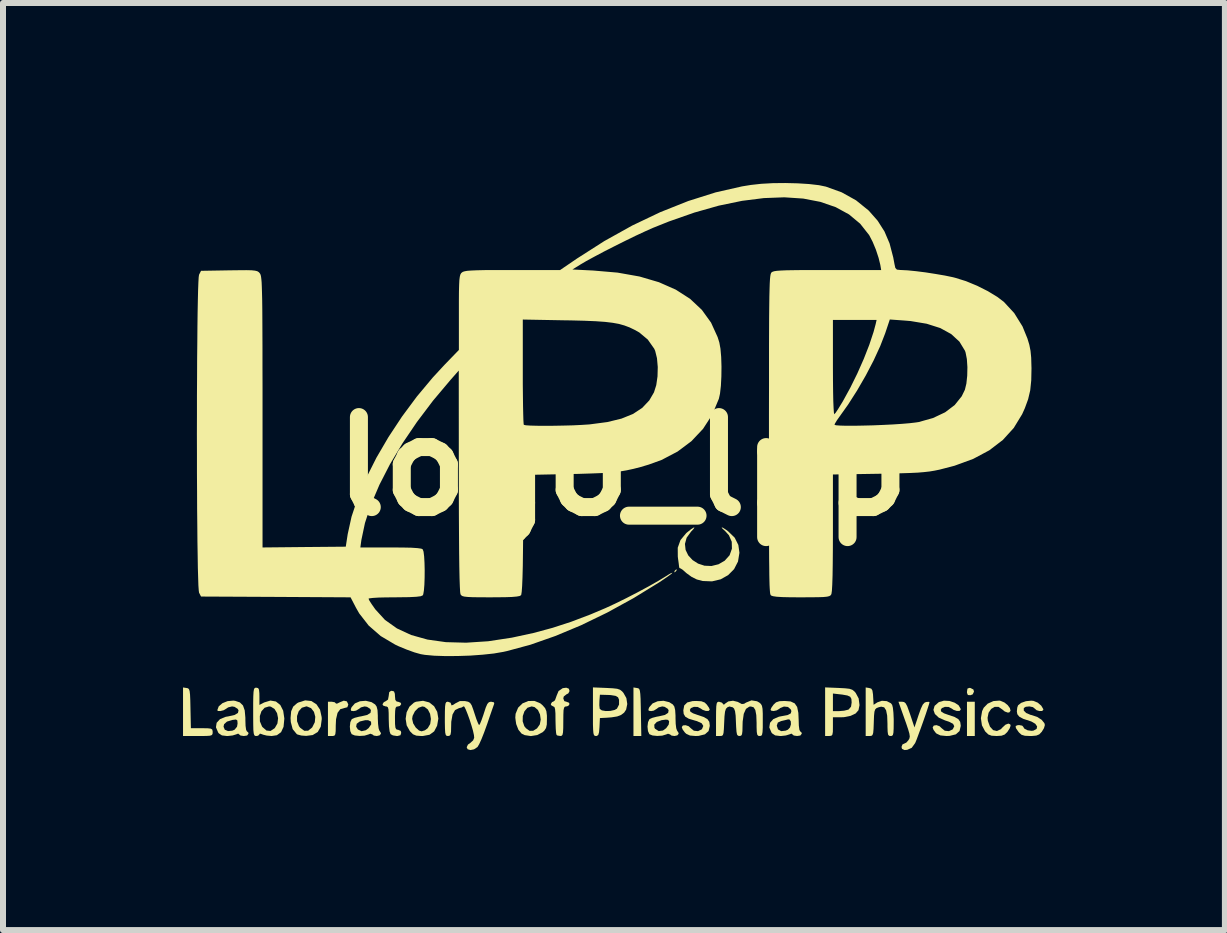
<source format=kicad_pcb>
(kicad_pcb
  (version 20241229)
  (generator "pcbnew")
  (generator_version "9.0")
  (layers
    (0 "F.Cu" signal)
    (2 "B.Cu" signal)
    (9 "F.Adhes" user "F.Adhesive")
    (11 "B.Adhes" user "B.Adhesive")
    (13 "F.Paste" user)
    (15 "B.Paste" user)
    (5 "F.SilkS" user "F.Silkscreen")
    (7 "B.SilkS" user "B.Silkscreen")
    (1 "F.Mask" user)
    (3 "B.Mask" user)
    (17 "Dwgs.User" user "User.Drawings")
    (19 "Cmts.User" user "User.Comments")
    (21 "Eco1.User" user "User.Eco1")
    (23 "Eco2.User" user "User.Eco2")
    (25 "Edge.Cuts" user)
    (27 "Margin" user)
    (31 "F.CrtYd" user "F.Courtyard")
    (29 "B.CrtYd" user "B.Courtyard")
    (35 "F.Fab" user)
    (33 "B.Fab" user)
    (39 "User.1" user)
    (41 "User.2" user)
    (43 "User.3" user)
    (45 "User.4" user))
  (footprint "logo_lpp"
    (layer "F.Cu")
    (at 7.324 4.722)
    (property "Reference" "logo_lpp" (at 0 0 0) (layer "F.SilkS") (effects (font (size 1.5 1.5) (thickness 0.3))))
    (attr board_only exclude_from_pos_files exclude_from_bom)
    (fp_poly (pts (xy 0.901 1.731) (xy 0.896 1.74) (xy 0.872 1.765) (xy 0.867 1.766) (xy 0.865 1.749) (xy 0.87 1.74) (xy 0.895 1.715) (xy 0.899 1.714)) (stroke (width 0) (type solid)) (fill yes) (layer "F.SilkS"))
    (fp_poly (pts (xy 5.87 4.207) (xy 5.87 4.493) (xy 5.805 4.493) (xy 5.74 4.493) (xy 5.74 4.207) (xy 5.74 3.922) (xy 5.805 3.922) (xy 5.87 3.922)) (stroke (width 0) (type solid)) (fill yes) (layer "F.SilkS"))
    (fp_poly (pts (xy 5.798 3.693) (xy 5.847 3.718) (xy 5.857 3.753) (xy 5.835 3.799) (xy 5.798 3.813) (xy 5.755 3.81) (xy 5.74 3.774) (xy 5.74 3.753) (xy 5.748 3.703) (xy 5.78 3.691)) (stroke (width 0) (type solid)) (fill yes) (layer "F.SilkS"))
    (fp_poly (pts (xy 0.24 3.693) (xy 0.263 3.698) (xy 0.278 3.71) (xy 0.289 3.739) (xy 0.296 3.791) (xy 0.301 3.874) (xy 0.304 3.996) (xy 0.306 4.097) (xy 0.313 4.493) (xy 0.247 4.493) (xy 0.182 4.493) (xy 0.182 4.089) (xy 0.182 3.684)) (stroke (width 0) (type solid)) (fill yes) (layer "F.SilkS"))
    (fp_poly (pts (xy -7.265 3.693) (xy -7.241 3.698) (xy -7.225 3.713) (xy -7.214 3.745) (xy -7.207 3.804) (xy -7.203 3.897) (xy -7.2 4.032) (xy -7.193 4.363) (xy -7.011 4.363) (xy -6.917 4.364) (xy -6.863 4.37) (xy -6.838 4.384) (xy -6.831 4.411) (xy -6.83 4.428) (xy -6.832 4.458) (xy -6.844 4.477) (xy -6.875 4.488) (xy -6.936 4.492) (xy -7.035 4.493) (xy -7.077 4.493) (xy -7.324 4.493) (xy -7.324 4.089) (xy -7.324 3.684)) (stroke (width 0) (type solid)) (fill yes) (layer "F.SilkS"))
    (fp_poly (pts (xy -4.594 3.916) (xy -4.571 3.964) (xy -4.571 3.973) (xy -4.586 4.014) (xy -4.634 4.026) (xy -4.703 4.046) (xy -4.749 4.107) (xy -4.774 4.213) (xy -4.779 4.317) (xy -4.78 4.41) (xy -4.786 4.463) (xy -4.801 4.487) (xy -4.829 4.493) (xy -4.844 4.493) (xy -4.909 4.493) (xy -4.909 4.207) (xy -4.909 3.922) (xy -4.844 3.922) (xy -4.795 3.931) (xy -4.779 3.948) (xy -4.761 3.955) (xy -4.717 3.934) (xy -4.714 3.932) (xy -4.645 3.904)) (stroke (width 0) (type solid)) (fill yes) (layer "F.SilkS"))
    (fp_poly (pts (xy -3.221 3.933) (xy -3.14 3.997) (xy -3.088 4.09) (xy -3.069 4.203) (xy -3.09 4.322) (xy -3.139 4.416) (xy -3.216 4.472) (xy -3.328 4.493) (xy -3.354 4.493) (xy -3.436 4.487) (xy -3.492 4.464) (xy -3.543 4.413) (xy -3.597 4.316) (xy -3.614 4.207) (xy -3.506 4.207) (xy -3.489 4.282) (xy -3.446 4.352) (xy -3.391 4.402) (xy -3.348 4.415) (xy -3.293 4.398) (xy -3.246 4.363) (xy -3.205 4.293) (xy -3.193 4.209) (xy -3.207 4.123) (xy -3.244 4.051) (xy -3.3 4.007) (xy -3.337 4) (xy -3.402 4.023) (xy -3.46 4.081) (xy -3.498 4.157) (xy -3.506 4.207) (xy -3.614 4.207) (xy -3.614 4.206) (xy -3.598 4.098) (xy -3.551 4.004) (xy -3.476 3.937) (xy -3.442 3.922) (xy -3.324 3.906)) (stroke (width 0) (type solid)) (fill yes) (layer "F.SilkS"))
    (fp_poly (pts (xy -5.186 3.91) (xy -5.101 3.964) (xy -5.041 4.054) (xy -5.014 4.177) (xy -5.012 4.21) (xy -5.029 4.338) (xy -5.079 4.426) (xy -5.163 4.477) (xy -5.272 4.491) (xy -5.353 4.485) (xy -5.416 4.468) (xy -5.43 4.46) (xy -5.497 4.378) (xy -5.528 4.261) (xy -5.532 4.194) (xy -5.529 4.16) (xy -5.424 4.16) (xy -5.424 4.247) (xy -5.392 4.329) (xy -5.372 4.355) (xy -5.303 4.406) (xy -5.239 4.405) (xy -5.175 4.353) (xy -5.17 4.347) (xy -5.128 4.263) (xy -5.12 4.173) (xy -5.142 4.091) (xy -5.19 4.029) (xy -5.26 4) (xy -5.272 4) (xy -5.344 4.022) (xy -5.396 4.08) (xy -5.424 4.16) (xy -5.529 4.16) (xy -5.522 4.081) (xy -5.488 4.003) (xy -5.424 3.947) (xy -5.403 3.935) (xy -5.288 3.899)) (stroke (width 0) (type solid)) (fill yes) (layer "F.SilkS"))
    (fp_poly (pts (xy 4.692 3.927) (xy 4.719 3.95) (xy 4.745 3.999) (xy 4.776 4.085) (xy 4.794 4.136) (xy 4.865 4.35) (xy 4.934 4.142) (xy 4.972 4.036) (xy 5.003 3.97) (xy 5.033 3.937) (xy 5.06 3.926) (xy 5.104 3.923) (xy 5.116 3.928) (xy 5.108 3.961) (xy 5.085 4.032) (xy 5.053 4.129) (xy 5.014 4.241) (xy 4.973 4.356) (xy 4.934 4.462) (xy 4.902 4.549) (xy 4.879 4.605) (xy 4.874 4.614) (xy 4.819 4.69) (xy 4.745 4.723) (xy 4.699 4.727) (xy 4.657 4.707) (xy 4.649 4.675) (xy 4.665 4.633) (xy 4.687 4.623) (xy 4.729 4.603) (xy 4.765 4.562) (xy 4.781 4.533) (xy 4.787 4.5) (xy 4.78 4.453) (xy 4.76 4.383) (xy 4.725 4.279) (xy 4.701 4.212) (xy 4.598 3.922) (xy 4.66 3.922)) (stroke (width 0) (type solid)) (fill yes) (layer "F.SilkS"))
    (fp_poly (pts (xy -1.371 3.948) (xy -1.332 3.981) (xy -1.29 4.029) (xy -1.269 4.08) (xy -1.26 4.154) (xy -1.26 4.21) (xy -1.262 4.302) (xy -1.275 4.36) (xy -1.302 4.402) (xy -1.332 4.43) (xy -1.421 4.477) (xy -1.528 4.494) (xy -1.631 4.478) (xy -1.682 4.453) (xy -1.735 4.389) (xy -1.772 4.294) (xy -1.779 4.248) (xy -1.664 4.248) (xy -1.637 4.329) (xy -1.61 4.363) (xy -1.549 4.407) (xy -1.489 4.406) (xy -1.425 4.366) (xy -1.379 4.301) (xy -1.363 4.219) (xy -1.375 4.134) (xy -1.41 4.059) (xy -1.466 4.011) (xy -1.515 4) (xy -1.584 4.022) (xy -1.634 4.08) (xy -1.662 4.16) (xy -1.664 4.248) (xy -1.779 4.248) (xy -1.787 4.188) (xy -1.782 4.123) (xy -1.74 4.021) (xy -1.666 3.949) (xy -1.571 3.91) (xy -1.469 3.908)) (stroke (width 0) (type solid)) (fill yes) (layer "F.SilkS"))
    (fp_poly (pts (xy 3.599 3.692) (xy 3.709 3.698) (xy 3.781 3.706) (xy 3.828 3.722) (xy 3.863 3.749) (xy 3.885 3.774) (xy 3.935 3.867) (xy 3.949 3.978) (xy 3.932 4.063) (xy 3.885 4.117) (xy 3.801 4.157) (xy 3.69 4.179) (xy 3.637 4.181) (xy 3.506 4.181) (xy 3.506 4.337) (xy 3.505 4.424) (xy 3.497 4.47) (xy 3.479 4.489) (xy 3.443 4.493) (xy 3.441 4.493) (xy 3.376 4.493) (xy 3.376 4.088) (xy 3.376 3.931) (xy 3.506 3.931) (xy 3.506 4.078) (xy 3.612 4.078) (xy 3.693 4.071) (xy 3.758 4.055) (xy 3.768 4.051) (xy 3.808 4.004) (xy 3.818 3.935) (xy 3.814 3.875) (xy 3.794 3.839) (xy 3.748 3.818) (xy 3.664 3.803) (xy 3.637 3.8) (xy 3.506 3.785) (xy 3.506 3.931) (xy 3.376 3.931) (xy 3.376 3.683)) (stroke (width 0) (type solid)) (fill yes) (layer "F.SilkS"))
    (fp_poly (pts (xy 6.3 3.907) (xy 6.365 3.935) (xy 6.419 3.979) (xy 6.455 4.028) (xy 6.466 4.072) (xy 6.446 4.099) (xy 6.421 4.103) (xy 6.37 4.085) (xy 6.33 4.052) (xy 6.267 4.008) (xy 6.202 4.007) (xy 6.143 4.042) (xy 6.1 4.105) (xy 6.083 4.189) (xy 6.088 4.241) (xy 6.123 4.337) (xy 6.176 4.395) (xy 6.239 4.41) (xy 6.305 4.379) (xy 6.332 4.35) (xy 6.382 4.304) (xy 6.43 4.286) (xy 6.461 4.299) (xy 6.467 4.321) (xy 6.452 4.364) (xy 6.415 4.422) (xy 6.413 4.425) (xy 6.369 4.468) (xy 6.315 4.488) (xy 6.234 4.493) (xy 6.15 4.488) (xy 6.095 4.467) (xy 6.046 4.419) (xy 6.041 4.413) (xy 5.989 4.315) (xy 5.972 4.197) (xy 5.992 4.079) (xy 6.018 4.023) (xy 6.085 3.954) (xy 6.18 3.911) (xy 6.279 3.903)) (stroke (width 0) (type solid)) (fill yes) (layer "F.SilkS"))
    (fp_poly (pts (xy -0.894 3.705) (xy -0.883 3.744) (xy -0.904 3.783) (xy -0.935 3.799) (xy -0.979 3.834) (xy -0.987 3.867) (xy -0.97 3.912) (xy -0.935 3.922) (xy -0.893 3.938) (xy -0.883 3.961) (xy -0.905 3.992) (xy -0.935 4) (xy -0.959 4.003) (xy -0.974 4.021) (xy -0.983 4.062) (xy -0.986 4.136) (xy -0.987 4.246) (xy -0.988 4.361) (xy -0.992 4.434) (xy -1.001 4.474) (xy -1.017 4.49) (xy -1.035 4.493) (xy -1.084 4.485) (xy -1.099 4.476) (xy -1.107 4.444) (xy -1.113 4.372) (xy -1.116 4.275) (xy -1.117 4.229) (xy -1.118 4.116) (xy -1.124 4.046) (xy -1.135 4.01) (xy -1.154 4) (xy -1.156 4) (xy -1.19 3.979) (xy -1.195 3.961) (xy -1.174 3.926) (xy -1.157 3.922) (xy -1.126 3.898) (xy -1.103 3.835) (xy -1.102 3.83) (xy -1.066 3.743) (xy -0.997 3.696) (xy -0.937 3.688)) (stroke (width 0) (type solid)) (fill yes) (layer "F.SilkS"))
    (fp_poly (pts (xy 4.11 3.693) (xy 4.145 3.704) (xy 4.164 3.735) (xy 4.174 3.799) (xy 4.176 3.837) (xy 4.184 3.973) (xy 4.247 3.932) (xy 4.322 3.906) (xy 4.404 3.912) (xy 4.472 3.947) (xy 4.493 3.974) (xy 4.505 4.021) (xy 4.514 4.104) (xy 4.519 4.21) (xy 4.519 4.258) (xy 4.518 4.369) (xy 4.514 4.439) (xy 4.505 4.476) (xy 4.488 4.491) (xy 4.467 4.493) (xy 4.441 4.489) (xy 4.425 4.468) (xy 4.418 4.421) (xy 4.415 4.338) (xy 4.415 4.29) (xy 4.41 4.154) (xy 4.392 4.064) (xy 4.36 4.015) (xy 4.31 4.004) (xy 4.268 4.014) (xy 4.233 4.028) (xy 4.211 4.049) (xy 4.198 4.087) (xy 4.191 4.155) (xy 4.187 4.262) (xy 4.187 4.266) (xy 4.183 4.375) (xy 4.177 4.442) (xy 4.165 4.477) (xy 4.146 4.491) (xy 4.115 4.493) (xy 4.052 4.493) (xy 4.052 4.089) (xy 4.052 3.684)) (stroke (width 0) (type solid)) (fill yes) (layer "F.SilkS"))
    (fp_poly (pts (xy -3.808 3.75) (xy -3.794 3.79) (xy -3.792 3.831) (xy -3.786 3.893) (xy -3.763 3.919) (xy -3.74 3.922) (xy -3.698 3.938) (xy -3.688 3.961) (xy -3.71 3.992) (xy -3.74 4) (xy -3.766 4.004) (xy -3.782 4.025) (xy -3.789 4.073) (xy -3.792 4.159) (xy -3.792 4.194) (xy -3.791 4.294) (xy -3.785 4.352) (xy -3.772 4.38) (xy -3.749 4.389) (xy -3.74 4.389) (xy -3.696 4.408) (xy -3.688 4.441) (xy -3.701 4.48) (xy -3.75 4.493) (xy -3.761 4.493) (xy -3.826 4.483) (xy -3.865 4.462) (xy -3.881 4.418) (xy -3.892 4.331) (xy -3.896 4.215) (xy -3.897 4.109) (xy -3.901 4.045) (xy -3.912 4.012) (xy -3.932 4.001) (xy -3.948 4) (xy -3.99 3.985) (xy -4 3.964) (xy -3.978 3.929) (xy -3.948 3.914) (xy -3.908 3.886) (xy -3.896 3.823) (xy -3.896 3.82) (xy -3.888 3.762) (xy -3.859 3.741) (xy -3.844 3.74)) (stroke (width 0) (type solid)) (fill yes) (layer "F.SilkS"))
    (fp_poly (pts (xy -0.27 3.692) (xy -0.16 3.698) (xy -0.089 3.706) (xy -0.042 3.722) (xy -0.007 3.749) (xy 0.015 3.774) (xy 0.064 3.861) (xy 0.079 3.96) (xy 0.06 4.053) (xy 0.027 4.103) (xy -0.024 4.142) (xy -0.089 4.167) (xy -0.183 4.182) (xy -0.26 4.188) (xy -0.377 4.194) (xy -0.384 4.344) (xy -0.391 4.429) (xy -0.404 4.474) (xy -0.426 4.491) (xy -0.443 4.493) (xy -0.462 4.49) (xy -0.476 4.477) (xy -0.485 4.446) (xy -0.49 4.389) (xy -0.493 4.299) (xy -0.493 4.168) (xy -0.493 4.088) (xy -0.493 3.98) (xy -0.387 3.98) (xy -0.381 4.035) (xy -0.379 4.041) (xy -0.345 4.066) (xy -0.28 4.077) (xy -0.203 4.075) (xy -0.132 4.059) (xy -0.093 4.037) (xy -0.058 3.969) (xy -0.058 3.889) (xy -0.075 3.848) (xy -0.116 3.824) (xy -0.197 3.811) (xy -0.237 3.809) (xy -0.377 3.805) (xy -0.385 3.905) (xy -0.387 3.98) (xy -0.493 3.98) (xy -0.493 3.683)) (stroke (width 0) (type solid)) (fill yes) (layer "F.SilkS"))
    (fp_poly (pts (xy 5.447 3.909) (xy 5.533 3.937) (xy 5.601 3.982) (xy 5.634 4.039) (xy 5.636 4.054) (xy 5.616 4.075) (xy 5.569 4.075) (xy 5.516 4.057) (xy 5.488 4.037) (xy 5.434 4.009) (xy 5.372 4.007) (xy 5.321 4.028) (xy 5.303 4.057) (xy 5.312 4.088) (xy 5.357 4.115) (xy 5.43 4.141) (xy 5.534 4.176) (xy 5.596 4.212) (xy 5.627 4.257) (xy 5.636 4.32) (xy 5.636 4.326) (xy 5.616 4.41) (xy 5.555 4.465) (xy 5.451 4.491) (xy 5.396 4.493) (xy 5.297 4.483) (xy 5.232 4.452) (xy 5.22 4.441) (xy 5.182 4.39) (xy 5.168 4.35) (xy 5.187 4.319) (xy 5.232 4.312) (xy 5.283 4.33) (xy 5.318 4.363) (xy 5.37 4.405) (xy 5.439 4.412) (xy 5.499 4.384) (xy 5.505 4.377) (xy 5.528 4.33) (xy 5.508 4.29) (xy 5.441 4.255) (xy 5.374 4.233) (xy 5.27 4.187) (xy 5.205 4.126) (xy 5.181 4.058) (xy 5.2 3.991) (xy 5.266 3.932) (xy 5.275 3.927) (xy 5.356 3.904)) (stroke (width 0) (type solid)) (fill yes) (layer "F.SilkS"))
    (fp_poly (pts (xy 1.314 3.914) (xy 1.369 3.935) (xy 1.405 3.97) (xy 1.44 4.021) (xy 1.454 4.054) (xy 1.434 4.075) (xy 1.388 4.075) (xy 1.335 4.057) (xy 1.306 4.037) (xy 1.253 4.009) (xy 1.19 4.007) (xy 1.139 4.028) (xy 1.122 4.057) (xy 1.131 4.088) (xy 1.175 4.115) (xy 1.248 4.141) (xy 1.352 4.176) (xy 1.415 4.212) (xy 1.446 4.257) (xy 1.454 4.32) (xy 1.454 4.326) (xy 1.434 4.411) (xy 1.373 4.465) (xy 1.269 4.491) (xy 1.216 4.493) (xy 1.124 4.485) (xy 1.063 4.457) (xy 1.04 4.436) (xy 1.002 4.385) (xy 0.987 4.345) (xy 1.006 4.317) (xy 1.051 4.313) (xy 1.102 4.33) (xy 1.137 4.363) (xy 1.189 4.405) (xy 1.258 4.412) (xy 1.318 4.383) (xy 1.324 4.377) (xy 1.346 4.325) (xy 1.319 4.281) (xy 1.24 4.245) (xy 1.204 4.235) (xy 1.104 4.205) (xy 1.046 4.171) (xy 1.019 4.125) (xy 1.013 4.065) (xy 1.028 3.984) (xy 1.078 3.934) (xy 1.168 3.911) (xy 1.227 3.909)) (stroke (width 0) (type solid)) (fill yes) (layer "F.SilkS"))
    (fp_poly (pts (xy 1.676 1.024) (xy 1.731 1.06) (xy 1.759 1.081) (xy 1.869 1.188) (xy 1.93 1.31) (xy 1.948 1.439) (xy 1.924 1.586) (xy 1.859 1.712) (xy 1.76 1.812) (xy 1.635 1.882) (xy 1.491 1.916) (xy 1.336 1.91) (xy 1.237 1.884) (xy 1.151 1.841) (xy 1.068 1.781) (xy 1.053 1.768) (xy 1.001 1.722) (xy 0.965 1.699) (xy 0.958 1.699) (xy 0.946 1.689) (xy 0.942 1.667) (xy 0.936 1.616) (xy 0.925 1.537) (xy 0.921 1.503) (xy 0.92 1.355) (xy 0.966 1.227) (xy 1.06 1.114) (xy 1.071 1.104) (xy 1.142 1.047) (xy 1.186 1.019) (xy 1.199 1.019) (xy 1.178 1.049) (xy 1.142 1.087) (xy 1.068 1.189) (xy 1.04 1.292) (xy 1.051 1.392) (xy 1.095 1.483) (xy 1.167 1.561) (xy 1.259 1.62) (xy 1.366 1.655) (xy 1.482 1.66) (xy 1.6 1.631) (xy 1.702 1.572) (xy 1.784 1.481) (xy 1.823 1.371) (xy 1.82 1.256) (xy 1.773 1.148) (xy 1.711 1.079) (xy 1.662 1.034) (xy 1.651 1.015)) (stroke (width 0) (type solid)) (fill yes) (layer "F.SilkS"))
    (fp_poly (pts (xy -6.073 3.694) (xy -6.058 3.721) (xy -6.052 3.78) (xy -6.051 3.831) (xy -6.051 3.975) (xy -5.972 3.934) (xy -5.867 3.902) (xy -5.776 3.918) (xy -5.703 3.976) (xy -5.655 4.071) (xy -5.636 4.199) (xy -5.636 4.207) (xy -5.649 4.34) (xy -5.69 4.429) (xy -5.76 4.48) (xy -5.847 4.493) (xy -5.928 4.486) (xy -5.993 4.47) (xy -6.001 4.466) (xy -6.042 4.453) (xy -6.051 4.466) (xy -6.073 4.488) (xy -6.103 4.493) (xy -6.123 4.491) (xy -6.137 4.478) (xy -6.146 4.448) (xy -6.152 4.393) (xy -6.154 4.304) (xy -6.155 4.176) (xy -6.155 4.16) (xy -6.044 4.16) (xy -6.043 4.249) (xy -6.008 4.333) (xy -6 4.344) (xy -5.933 4.402) (xy -5.866 4.409) (xy -5.797 4.363) (xy -5.793 4.358) (xy -5.751 4.284) (xy -5.74 4.197) (xy -5.757 4.112) (xy -5.799 4.043) (xy -5.86 4.004) (xy -5.891 4) (xy -5.964 4.022) (xy -6.017 4.08) (xy -6.044 4.16) (xy -6.155 4.16) (xy -6.155 4.09) (xy -6.155 3.938) (xy -6.153 3.83) (xy -6.149 3.758) (xy -6.142 3.716) (xy -6.131 3.695) (xy -6.114 3.688) (xy -6.103 3.688)) (stroke (width 0) (type solid)) (fill yes) (layer "F.SilkS"))
    (fp_poly (pts (xy 6.849 3.908) (xy 6.919 3.937) (xy 6.978 3.988) (xy 7.011 4.044) (xy 7.012 4.057) (xy 6.992 4.076) (xy 6.947 4.077) (xy 6.9 4.063) (xy 6.873 4.039) (xy 6.839 4.012) (xy 6.78 4) (xy 6.72 4.006) (xy 6.687 4.027) (xy 6.686 4.069) (xy 6.727 4.11) (xy 6.798 4.14) (xy 6.82 4.145) (xy 6.91 4.175) (xy 6.984 4.223) (xy 7.03 4.279) (xy 7.038 4.31) (xy 7.023 4.362) (xy 6.986 4.423) (xy 6.984 4.425) (xy 6.944 4.466) (xy 6.895 4.486) (xy 6.819 4.493) (xy 6.792 4.493) (xy 6.705 4.489) (xy 6.65 4.473) (xy 6.61 4.438) (xy 6.599 4.425) (xy 6.555 4.361) (xy 6.551 4.326) (xy 6.587 4.312) (xy 6.61 4.311) (xy 6.659 4.32) (xy 6.675 4.336) (xy 6.697 4.371) (xy 6.751 4.398) (xy 6.817 4.407) (xy 6.848 4.403) (xy 6.9 4.375) (xy 6.909 4.334) (xy 6.878 4.289) (xy 6.812 4.251) (xy 6.788 4.243) (xy 6.678 4.207) (xy 6.612 4.171) (xy 6.579 4.13) (xy 6.571 4.083) (xy 6.578 4.019) (xy 6.591 3.982) (xy 6.642 3.941) (xy 6.722 3.913) (xy 6.811 3.904)) (stroke (width 0) (type solid)) (fill yes) (layer "F.SilkS"))
    (fp_poly (pts (xy -6.455 3.907) (xy -6.377 3.933) (xy -6.325 3.984) (xy -6.296 4.066) (xy -6.285 4.189) (xy -6.285 4.226) (xy -6.282 4.322) (xy -6.273 4.389) (xy -6.26 4.415) (xy -6.259 4.415) (xy -6.236 4.436) (xy -6.233 4.454) (xy -6.256 4.485) (xy -6.311 4.493) (xy -6.366 4.485) (xy -6.389 4.466) (xy -6.389 4.466) (xy -6.405 4.453) (xy -6.439 4.466) (xy -6.498 4.484) (xy -6.578 4.493) (xy -6.594 4.493) (xy -6.676 4.483) (xy -6.727 4.449) (xy -6.738 4.435) (xy -6.775 4.349) (xy -6.774 4.338) (xy -6.649 4.338) (xy -6.628 4.388) (xy -6.574 4.411) (xy -6.502 4.404) (xy -6.465 4.388) (xy -6.424 4.338) (xy -6.415 4.285) (xy -6.419 4.234) (xy -6.442 4.218) (xy -6.499 4.225) (xy -6.592 4.253) (xy -6.64 4.297) (xy -6.649 4.338) (xy -6.774 4.338) (xy -6.764 4.273) (xy -6.708 4.212) (xy -6.612 4.173) (xy -6.57 4.166) (xy -6.467 4.143) (xy -6.409 4.109) (xy -6.399 4.065) (xy -6.415 4.039) (xy -6.466 4.007) (xy -6.507 4) (xy -6.572 4.016) (xy -6.606 4.039) (xy -6.648 4.064) (xy -6.7 4.077) (xy -6.742 4.076) (xy -6.753 4.063) (xy -6.729 3.999) (xy -6.667 3.946) (xy -6.582 3.912) (xy -6.486 3.903)) (stroke (width 0) (type solid)) (fill yes) (layer "F.SilkS"))
    (fp_poly (pts (xy -4.182 3.929) (xy -4.123 3.967) (xy -4.098 4.002) (xy -4.083 4.061) (xy -4.078 4.154) (xy -4.078 4.197) (xy -4.074 4.291) (xy -4.065 4.364) (xy -4.053 4.401) (xy -4.052 4.402) (xy -4.028 4.44) (xy -4.026 4.456) (xy -4.047 4.482) (xy -4.094 4.493) (xy -4.144 4.486) (xy -4.168 4.467) (xy -4.203 4.455) (xy -4.233 4.467) (xy -4.299 4.487) (xy -4.382 4.492) (xy -4.461 4.484) (xy -4.512 4.463) (xy -4.514 4.462) (xy -4.537 4.411) (xy -4.544 4.338) (xy -4.439 4.338) (xy -4.41 4.384) (xy -4.349 4.413) (xy -4.278 4.397) (xy -4.232 4.362) (xy -4.188 4.299) (xy -4.191 4.253) (xy -4.238 4.23) (xy -4.286 4.229) (xy -4.378 4.251) (xy -4.43 4.289) (xy -4.439 4.338) (xy -4.544 4.338) (xy -4.544 4.336) (xy -4.536 4.262) (xy -4.512 4.212) (xy -4.51 4.211) (xy -4.464 4.19) (xy -4.389 4.171) (xy -4.354 4.165) (xy -4.255 4.142) (xy -4.2 4.107) (xy -4.193 4.063) (xy -4.207 4.039) (xy -4.258 4.007) (xy -4.298 4) (xy -4.359 4.016) (xy -4.389 4.039) (xy -4.44 4.07) (xy -4.483 4.078) (xy -4.524 4.072) (xy -4.528 4.047) (xy -4.515 4.013) (xy -4.46 3.95) (xy -4.376 3.914) (xy -4.278 3.906)) (stroke (width 0) (type solid)) (fill yes) (layer "F.SilkS"))
    (fp_poly (pts (xy 0.778 3.929) (xy 0.838 3.967) (xy 0.863 4.002) (xy 0.877 4.061) (xy 0.883 4.154) (xy 0.883 4.197) (xy 0.886 4.291) (xy 0.895 4.364) (xy 0.908 4.401) (xy 0.909 4.402) (xy 0.933 4.44) (xy 0.935 4.456) (xy 0.914 4.482) (xy 0.867 4.493) (xy 0.817 4.486) (xy 0.792 4.467) (xy 0.758 4.455) (xy 0.727 4.467) (xy 0.661 4.487) (xy 0.578 4.492) (xy 0.5 4.484) (xy 0.448 4.463) (xy 0.447 4.462) (xy 0.424 4.411) (xy 0.416 4.336) (xy 0.42 4.304) (xy 0.529 4.304) (xy 0.532 4.356) (xy 0.544 4.374) (xy 0.603 4.411) (xy 0.673 4.402) (xy 0.727 4.363) (xy 0.769 4.303) (xy 0.777 4.25) (xy 0.759 4.224) (xy 0.722 4.22) (xy 0.659 4.228) (xy 0.651 4.229) (xy 0.571 4.259) (xy 0.529 4.304) (xy 0.42 4.304) (xy 0.425 4.262) (xy 0.449 4.212) (xy 0.451 4.211) (xy 0.497 4.19) (xy 0.571 4.171) (xy 0.606 4.165) (xy 0.706 4.142) (xy 0.76 4.107) (xy 0.768 4.063) (xy 0.753 4.039) (xy 0.702 4.007) (xy 0.662 4) (xy 0.601 4.016) (xy 0.571 4.039) (xy 0.521 4.07) (xy 0.478 4.078) (xy 0.436 4.072) (xy 0.432 4.047) (xy 0.446 4.013) (xy 0.501 3.95) (xy 0.585 3.914) (xy 0.683 3.906)) (stroke (width 0) (type solid)) (fill yes) (layer "F.SilkS"))
    (fp_poly (pts (xy 2.801 3.917) (xy 2.869 3.949) (xy 2.91 4.009) (xy 2.93 4.108) (xy 2.935 4.223) (xy 2.938 4.32) (xy 2.947 4.388) (xy 2.96 4.415) (xy 2.961 4.415) (xy 2.984 4.436) (xy 2.987 4.454) (xy 2.963 4.485) (xy 2.909 4.493) (xy 2.854 4.485) (xy 2.831 4.466) (xy 2.831 4.466) (xy 2.815 4.453) (xy 2.781 4.466) (xy 2.722 4.484) (xy 2.642 4.493) (xy 2.626 4.493) (xy 2.544 4.483) (xy 2.493 4.449) (xy 2.482 4.435) (xy 2.446 4.35) (xy 2.45 4.323) (xy 2.571 4.323) (xy 2.591 4.383) (xy 2.644 4.412) (xy 2.718 4.404) (xy 2.755 4.388) (xy 2.79 4.351) (xy 2.806 4.299) (xy 2.804 4.249) (xy 2.783 4.218) (xy 2.759 4.216) (xy 2.699 4.231) (xy 2.643 4.244) (xy 2.588 4.269) (xy 2.571 4.319) (xy 2.571 4.323) (xy 2.45 4.323) (xy 2.458 4.273) (xy 2.513 4.211) (xy 2.607 4.171) (xy 2.649 4.163) (xy 2.75 4.144) (xy 2.804 4.116) (xy 2.814 4.077) (xy 2.803 4.049) (xy 2.757 4.009) (xy 2.69 4.002) (xy 2.626 4.028) (xy 2.614 4.039) (xy 2.569 4.066) (xy 2.516 4.077) (xy 2.476 4.07) (xy 2.467 4.054) (xy 2.482 4.019) (xy 2.517 3.97) (xy 2.558 3.932) (xy 2.614 3.913) (xy 2.701 3.909)) (stroke (width 0) (type solid)) (fill yes) (layer "F.SilkS"))
    (fp_poly (pts (xy 2.241 3.914) (xy 2.28 3.936) (xy 2.306 3.959) (xy 2.323 3.989) (xy 2.333 4.039) (xy 2.337 4.119) (xy 2.337 4.235) (xy 2.337 4.353) (xy 2.333 4.428) (xy 2.325 4.47) (xy 2.311 4.489) (xy 2.288 4.493) (xy 2.285 4.493) (xy 2.26 4.489) (xy 2.245 4.47) (xy 2.237 4.425) (xy 2.234 4.345) (xy 2.234 4.275) (xy 2.229 4.145) (xy 2.213 4.06) (xy 2.184 4.014) (xy 2.138 4.001) (xy 2.112 4.004) (xy 2.057 4.041) (xy 2.02 4.124) (xy 2.002 4.252) (xy 2 4.318) (xy 1.998 4.411) (xy 1.991 4.464) (xy 1.976 4.488) (xy 1.949 4.493) (xy 1.924 4.488) (xy 1.908 4.468) (xy 1.899 4.421) (xy 1.893 4.338) (xy 1.89 4.269) (xy 1.885 4.153) (xy 1.875 4.08) (xy 1.859 4.036) (xy 1.837 4.015) (xy 1.781 4.001) (xy 1.747 4.015) (xy 1.723 4.04) (xy 1.708 4.087) (xy 1.699 4.165) (xy 1.694 4.269) (xy 1.689 4.377) (xy 1.683 4.443) (xy 1.672 4.478) (xy 1.652 4.491) (xy 1.622 4.493) (xy 1.558 4.493) (xy 1.558 4.207) (xy 1.559 4.082) (xy 1.562 4) (xy 1.569 3.952) (xy 1.581 3.929) (xy 1.601 3.922) (xy 1.608 3.922) (xy 1.656 3.937) (xy 1.671 3.954) (xy 1.689 3.973) (xy 1.706 3.956) (xy 1.762 3.917) (xy 1.841 3.905) (xy 1.919 3.924) (xy 1.936 3.933) (xy 1.987 3.96) (xy 2.026 3.956) (xy 2.058 3.936) (xy 2.149 3.899)) (stroke (width 0) (type solid)) (fill yes) (layer "F.SilkS"))
    (fp_poly (pts (xy -2.62 3.912) (xy -2.572 3.922) (xy -2.54 3.942) (xy -2.514 3.981) (xy -2.488 4.052) (xy -2.466 4.119) (xy -2.436 4.21) (xy -2.409 4.278) (xy -2.392 4.31) (xy -2.389 4.311) (xy -2.374 4.288) (xy -2.349 4.227) (xy -2.319 4.141) (xy -2.311 4.116) (xy -2.279 4.018) (xy -2.253 3.959) (xy -2.227 3.93) (xy -2.196 3.922) (xy -2.188 3.922) (xy -2.142 3.932) (xy -2.138 3.954) (xy -2.151 3.99) (xy -2.177 4.064) (xy -2.213 4.168) (xy -2.254 4.289) (xy -2.261 4.308) (xy -2.306 4.433) (xy -2.35 4.544) (xy -2.388 4.628) (xy -2.416 4.675) (xy -2.419 4.678) (xy -2.475 4.715) (xy -2.534 4.727) (xy -2.581 4.714) (xy -2.597 4.681) (xy -2.576 4.636) (xy -2.539 4.61) (xy -2.49 4.566) (xy -2.472 4.523) (xy -2.476 4.478) (xy -2.492 4.405) (xy -2.518 4.315) (xy -2.549 4.218) (xy -2.582 4.127) (xy -2.612 4.052) (xy -2.635 4.006) (xy -2.648 3.998) (xy -2.682 4.018) (xy -2.726 4.029) (xy -2.791 4.061) (xy -2.833 4.135) (xy -2.854 4.255) (xy -2.856 4.331) (xy -2.858 4.42) (xy -2.866 4.469) (xy -2.884 4.489) (xy -2.909 4.493) (xy -2.932 4.49) (xy -2.946 4.474) (xy -2.955 4.437) (xy -2.959 4.369) (xy -2.961 4.261) (xy -2.961 4.207) (xy -2.96 4.082) (xy -2.957 4) (xy -2.95 3.952) (xy -2.938 3.929) (xy -2.919 3.922) (xy -2.909 3.922) (xy -2.866 3.938) (xy -2.857 3.961) (xy -2.85 3.983) (xy -2.821 3.973) (xy -2.785 3.949) (xy -2.711 3.911) (xy -2.624 3.911)) (stroke (width 0) (type solid)) (fill yes) (layer "F.SilkS"))
    (fp_poly (pts (xy 2.919 -4.717) (xy 3.11 -4.705) (xy 3.274 -4.686) (xy 3.389 -4.662) (xy 3.652 -4.567) (xy 3.891 -4.434) (xy 4.095 -4.269) (xy 4.105 -4.26) (xy 4.252 -4.093) (xy 4.365 -3.915) (xy 4.45 -3.716) (xy 4.511 -3.483) (xy 4.532 -3.37) (xy 4.546 -3.307) (xy 4.572 -3.279) (xy 4.627 -3.273) (xy 4.649 -3.272) (xy 4.751 -3.267) (xy 4.89 -3.253) (xy 5.049 -3.233) (xy 5.215 -3.207) (xy 5.373 -3.18) (xy 5.508 -3.152) (xy 5.546 -3.142) (xy 5.723 -3.087) (xy 5.909 -3.01) (xy 6.088 -2.92) (xy 6.246 -2.824) (xy 6.354 -2.742) (xy 6.527 -2.555) (xy 6.665 -2.333) (xy 6.747 -2.132) (xy 6.779 -2.026) (xy 6.799 -1.925) (xy 6.81 -1.812) (xy 6.814 -1.668) (xy 6.815 -1.636) (xy 6.811 -1.435) (xy 6.794 -1.268) (xy 6.759 -1.119) (xy 6.704 -0.969) (xy 6.659 -0.869) (xy 6.519 -0.64) (xy 6.337 -0.44) (xy 6.112 -0.268) (xy 5.844 -0.125) (xy 5.533 -0.011) (xy 5.283 0.054) (xy 5.2 0.071) (xy 5.116 0.085) (xy 5.026 0.095) (xy 4.92 0.104) (xy 4.791 0.11) (xy 4.632 0.115) (xy 4.434 0.12) (xy 4.266 0.123) (xy 3.506 0.135) (xy 3.506 1.108) (xy 3.505 1.387) (xy 3.503 1.624) (xy 3.5 1.819) (xy 3.495 1.969) (xy 3.489 2.072) (xy 3.481 2.126) (xy 3.479 2.131) (xy 3.467 2.149) (xy 3.445 2.162) (xy 3.408 2.171) (xy 3.348 2.177) (xy 3.257 2.18) (xy 3.128 2.181) (xy 2.976 2.182) (xy 2.795 2.181) (xy 2.661 2.178) (xy 2.567 2.172) (xy 2.507 2.163) (xy 2.476 2.152) (xy 2.471 2.147) (xy 2.467 2.14) (xy 2.462 2.128) (xy 2.459 2.108) (xy 2.456 2.079) (xy 2.453 2.036) (xy 2.45 1.979) (xy 2.448 1.903) (xy 2.446 1.807) (xy 2.445 1.688) (xy 2.443 1.543) (xy 2.442 1.369) (xy 2.442 1.164) (xy 2.441 0.926) (xy 2.441 0.652) (xy 2.44 0.338) (xy 2.44 -0.017) (xy 2.44 -0.416) (xy 2.44 -0.694) (xy 3.532 -0.694) (xy 3.557 -0.685) (xy 3.625 -0.68) (xy 3.729 -0.677) (xy 3.861 -0.677) (xy 4.013 -0.68) (xy 4.176 -0.684) (xy 4.344 -0.691) (xy 4.507 -0.699) (xy 4.657 -0.709) (xy 4.787 -0.72) (xy 4.889 -0.732) (xy 4.935 -0.739) (xy 5.174 -0.806) (xy 5.375 -0.901) (xy 5.535 -1.022) (xy 5.652 -1.168) (xy 5.705 -1.277) (xy 5.73 -1.38) (xy 5.744 -1.512) (xy 5.747 -1.654) (xy 5.738 -1.788) (xy 5.717 -1.896) (xy 5.707 -1.926) (xy 5.614 -2.079) (xy 5.477 -2.205) (xy 5.295 -2.305) (xy 5.069 -2.377) (xy 4.8 -2.422) (xy 4.69 -2.431) (xy 4.454 -2.448) (xy 4.377 -2.218) (xy 4.294 -2.004) (xy 4.184 -1.765) (xy 4.053 -1.514) (xy 3.909 -1.265) (xy 3.759 -1.03) (xy 3.62 -0.835) (xy 3.572 -0.767) (xy 3.54 -0.714) (xy 3.532 -0.694) (xy 2.44 -0.694) (xy 2.44 -0.862) (xy 2.441 -1.342) (xy 2.441 -1.648) (xy 3.506 -1.648) (xy 3.507 -1.433) (xy 3.509 -1.246) (xy 3.512 -1.091) (xy 3.517 -0.973) (xy 3.522 -0.898) (xy 3.529 -0.869) (xy 3.53 -0.869) (xy 3.553 -0.896) (xy 3.594 -0.958) (xy 3.646 -1.043) (xy 3.671 -1.084) (xy 3.794 -1.308) (xy 3.912 -1.547) (xy 4.02 -1.791) (xy 4.112 -2.026) (xy 4.183 -2.24) (xy 4.218 -2.37) (xy 4.234 -2.441) (xy 3.87 -2.441) (xy 3.506 -2.441) (xy 3.506 -1.648) (xy 2.441 -1.648) (xy 2.441 -1.7) (xy 2.441 -2.009) (xy 2.442 -2.274) (xy 2.443 -2.497) (xy 2.445 -2.682) (xy 2.447 -2.833) (xy 2.45 -2.954) (xy 2.453 -3.047) (xy 2.457 -3.117) (xy 2.462 -3.167) (xy 2.468 -3.201) (xy 2.475 -3.221) (xy 2.482 -3.232) (xy 2.499 -3.243) (xy 2.527 -3.252) (xy 2.573 -3.259) (xy 2.641 -3.264) (xy 2.736 -3.268) (xy 2.864 -3.27) (xy 3.03 -3.272) (xy 3.239 -3.272) (xy 3.416 -3.272) (xy 4.31 -3.272) (xy 4.296 -3.357) (xy 4.267 -3.475) (xy 4.222 -3.612) (xy 4.167 -3.744) (xy 4.112 -3.85) (xy 4.109 -3.855) (xy 3.96 -4.044) (xy 3.774 -4.199) (xy 3.552 -4.32) (xy 3.297 -4.408) (xy 3.011 -4.463) (xy 2.696 -4.484) (xy 2.355 -4.471) (xy 1.991 -4.425) (xy 1.604 -4.345) (xy 1.198 -4.23) (xy 0.775 -4.082) (xy 0.505 -3.974) (xy 0.375 -3.916) (xy 0.218 -3.843) (xy 0.044 -3.758) (xy -0.136 -3.668) (xy -0.311 -3.579) (xy -0.471 -3.494) (xy -0.605 -3.421) (xy -0.697 -3.367) (xy -0.835 -3.281) (xy -0.489 -3.264) (xy -0.082 -3.229) (xy 0.284 -3.164) (xy 0.607 -3.069) (xy 0.888 -2.945) (xy 1.126 -2.792) (xy 1.322 -2.608) (xy 1.475 -2.396) (xy 1.585 -2.154) (xy 1.613 -2.065) (xy 1.632 -1.961) (xy 1.644 -1.822) (xy 1.649 -1.662) (xy 1.647 -1.497) (xy 1.639 -1.342) (xy 1.624 -1.21) (xy 1.605 -1.126) (xy 1.495 -0.862) (xy 1.342 -0.626) (xy 1.148 -0.42) (xy 0.917 -0.247) (xy 0.65 -0.107) (xy 0.437 -0.03) (xy 0.303 0.01) (xy 0.183 0.041) (xy 0.067 0.066) (xy -0.052 0.086) (xy -0.184 0.1) (xy -0.337 0.111) (xy -0.52 0.118) (xy -0.741 0.125) (xy -0.896 0.128) (xy -1.649 0.143) (xy -1.656 1.127) (xy -1.659 1.419) (xy -1.662 1.659) (xy -1.667 1.85) (xy -1.673 1.993) (xy -1.68 2.089) (xy -1.688 2.139) (xy -1.692 2.147) (xy -1.715 2.16) (xy -1.764 2.169) (xy -1.845 2.176) (xy -1.963 2.18) (xy -2.125 2.181) (xy -2.197 2.182) (xy -2.366 2.181) (xy -2.49 2.18) (xy -2.577 2.176) (xy -2.634 2.17) (xy -2.669 2.161) (xy -2.689 2.147) (xy -2.7 2.131) (xy -2.706 2.094) (xy -2.711 2.004) (xy -2.716 1.863) (xy -2.72 1.672) (xy -2.723 1.429) (xy -2.725 1.136) (xy -2.727 0.793) (xy -2.728 0.4) (xy -2.728 0.242) (xy -2.729 -1.578) (xy -1.662 -1.578) (xy -1.662 -1.371) (xy -1.66 -1.18) (xy -1.658 -1.012) (xy -1.655 -0.874) (xy -1.652 -0.77) (xy -1.648 -0.708) (xy -1.645 -0.693) (xy -1.612 -0.685) (xy -1.536 -0.68) (xy -1.426 -0.677) (xy -1.291 -0.676) (xy -1.14 -0.677) (xy -0.983 -0.68) (xy -0.827 -0.684) (xy -0.683 -0.691) (xy -0.558 -0.699) (xy -0.532 -0.702) (xy -0.252 -0.739) (xy -0.018 -0.796) (xy 0.175 -0.874) (xy 0.328 -0.975) (xy 0.446 -1.1) (xy 0.524 -1.234) (xy 0.562 -1.354) (xy 0.583 -1.5) (xy 0.587 -1.656) (xy 0.574 -1.803) (xy 0.544 -1.925) (xy 0.528 -1.961) (xy 0.421 -2.113) (xy 0.279 -2.232) (xy 0.202 -2.275) (xy 0.117 -2.316) (xy 0.032 -2.348) (xy -0.06 -2.374) (xy -0.165 -2.393) (xy -0.291 -2.408) (xy -0.445 -2.419) (xy -0.635 -2.427) (xy -0.867 -2.433) (xy -0.954 -2.434) (xy -1.662 -2.447) (xy -1.662 -1.578) (xy -2.729 -1.578) (xy -2.729 -1.597) (xy -2.864 -1.444) (xy -3.158 -1.095) (xy -3.426 -0.74) (xy -3.666 -0.386) (xy -3.876 -0.035) (xy -4.051 0.306) (xy -4.191 0.634) (xy -4.292 0.943) (xy -4.352 1.227) (xy -4.369 1.351) (xy -3.865 1.351) (xy -3.668 1.352) (xy -3.52 1.355) (xy -3.416 1.362) (xy -3.353 1.371) (xy -3.33 1.382) (xy -3.316 1.421) (xy -3.306 1.5) (xy -3.3 1.606) (xy -3.297 1.728) (xy -3.298 1.854) (xy -3.302 1.971) (xy -3.31 2.068) (xy -3.321 2.132) (xy -3.33 2.15) (xy -3.364 2.164) (xy -3.439 2.173) (xy -3.559 2.179) (xy -3.726 2.181) (xy -3.797 2.182) (xy -3.941 2.183) (xy -4.065 2.186) (xy -4.16 2.192) (xy -4.219 2.199) (xy -4.233 2.205) (xy -4.219 2.236) (xy -4.181 2.295) (xy -4.127 2.372) (xy -4.12 2.382) (xy -3.959 2.558) (xy -3.759 2.7) (xy -3.522 2.81) (xy -3.25 2.886) (xy -2.944 2.929) (xy -2.607 2.938) (xy -2.239 2.914) (xy -1.844 2.854) (xy -1.484 2.776) (xy -1.165 2.69) (xy -0.855 2.589) (xy -0.536 2.468) (xy -0.283 2.361) (xy -0.121 2.286) (xy 0.062 2.196) (xy 0.252 2.098) (xy 0.436 1.999) (xy 0.601 1.905) (xy 0.734 1.824) (xy 0.76 1.807) (xy 0.808 1.779) (xy 0.831 1.773) (xy 0.831 1.774) (xy 0.811 1.794) (xy 0.756 1.834) (xy 0.676 1.889) (xy 0.615 1.93) (xy 0.184 2.195) (xy -0.253 2.435) (xy -0.69 2.647) (xy -1.119 2.826) (xy -1.532 2.971) (xy -1.924 3.077) (xy -1.987 3.091) (xy -2.144 3.118) (xy -2.331 3.138) (xy -2.537 3.153) (xy -2.748 3.16) (xy -2.953 3.161) (xy -3.138 3.155) (xy -3.292 3.141) (xy -3.363 3.129) (xy -3.469 3.099) (xy -3.599 3.052) (xy -3.732 2.997) (xy -3.789 2.97) (xy -4.03 2.827) (xy -4.23 2.653) (xy -4.388 2.45) (xy -4.441 2.357) (xy -4.532 2.182) (xy -5.778 2.175) (xy -7.024 2.169) (xy -7.057 2.104) (xy -7.062 2.067) (xy -7.068 1.982) (xy -7.072 1.854) (xy -7.077 1.687) (xy -7.08 1.485) (xy -7.084 1.253) (xy -7.086 0.995) (xy -7.089 0.715) (xy -7.09 0.418) (xy -7.092 0.108) (xy -7.092 -0.211) (xy -7.093 -0.535) (xy -7.092 -0.859) (xy -7.092 -1.178) (xy -7.09 -1.489) (xy -7.089 -1.787) (xy -7.086 -2.068) (xy -7.084 -2.328) (xy -7.081 -2.562) (xy -7.077 -2.766) (xy -7.073 -2.935) (xy -7.068 -3.066) (xy -7.063 -3.153) (xy -7.057 -3.194) (xy -7.057 -3.194) (xy -7.024 -3.259) (xy -6.557 -3.267) (xy -6.391 -3.269) (xy -6.268 -3.27) (xy -6.182 -3.268) (xy -6.125 -3.262) (xy -6.088 -3.253) (xy -6.064 -3.239) (xy -6.046 -3.22) (xy -6.045 -3.218) (xy -6.037 -3.206) (xy -6.03 -3.188) (xy -6.024 -3.161) (xy -6.019 -3.121) (xy -6.014 -3.066) (xy -6.011 -2.992) (xy -6.008 -2.895) (xy -6.005 -2.773) (xy -6.003 -2.622) (xy -6.002 -2.439) (xy -6.001 -2.221) (xy -6 -1.964) (xy -6 -1.665) (xy -5.999 -1.32) (xy -5.999 -0.928) (xy -5.999 -0.906) (xy -5.999 1.351) (xy -5.306 1.344) (xy -4.612 1.338) (xy -4.58 1.13) (xy -4.516 0.839) (xy -4.412 0.525) (xy -4.272 0.195) (xy -4.101 -0.145) (xy -3.9 -0.489) (xy -3.675 -0.83) (xy -3.428 -1.163) (xy -3.163 -1.48) (xy -2.968 -1.691) (xy -2.727 -1.94) (xy -2.727 -2.563) (xy -2.727 -2.76) (xy -2.726 -2.912) (xy -2.723 -3.025) (xy -2.719 -3.105) (xy -2.712 -3.16) (xy -2.703 -3.195) (xy -2.691 -3.218) (xy -2.679 -3.229) (xy -2.661 -3.242) (xy -2.632 -3.251) (xy -2.588 -3.259) (xy -2.521 -3.264) (xy -2.428 -3.268) (xy -2.301 -3.271) (xy -2.136 -3.272) (xy -1.927 -3.272) (xy -1.836 -3.272) (xy -1.04 -3.272) (xy -0.76 -3.463) (xy -0.303 -3.755) (xy 0.162 -4.014) (xy 0.63 -4.237) (xy 1.095 -4.422) (xy 1.551 -4.566) (xy 1.991 -4.666) (xy 2.139 -4.69) (xy 2.31 -4.709) (xy 2.506 -4.72) (xy 2.713 -4.722)) (stroke (width 0) (type solid)) (fill yes) (layer "F.SilkS")))
  (gr_rect
    (start -3 -3)
    (end 17.362 12.449)
    (stroke (width 0.1) (type default))
    (fill no)
    (layer "Edge.Cuts")))
</source>
